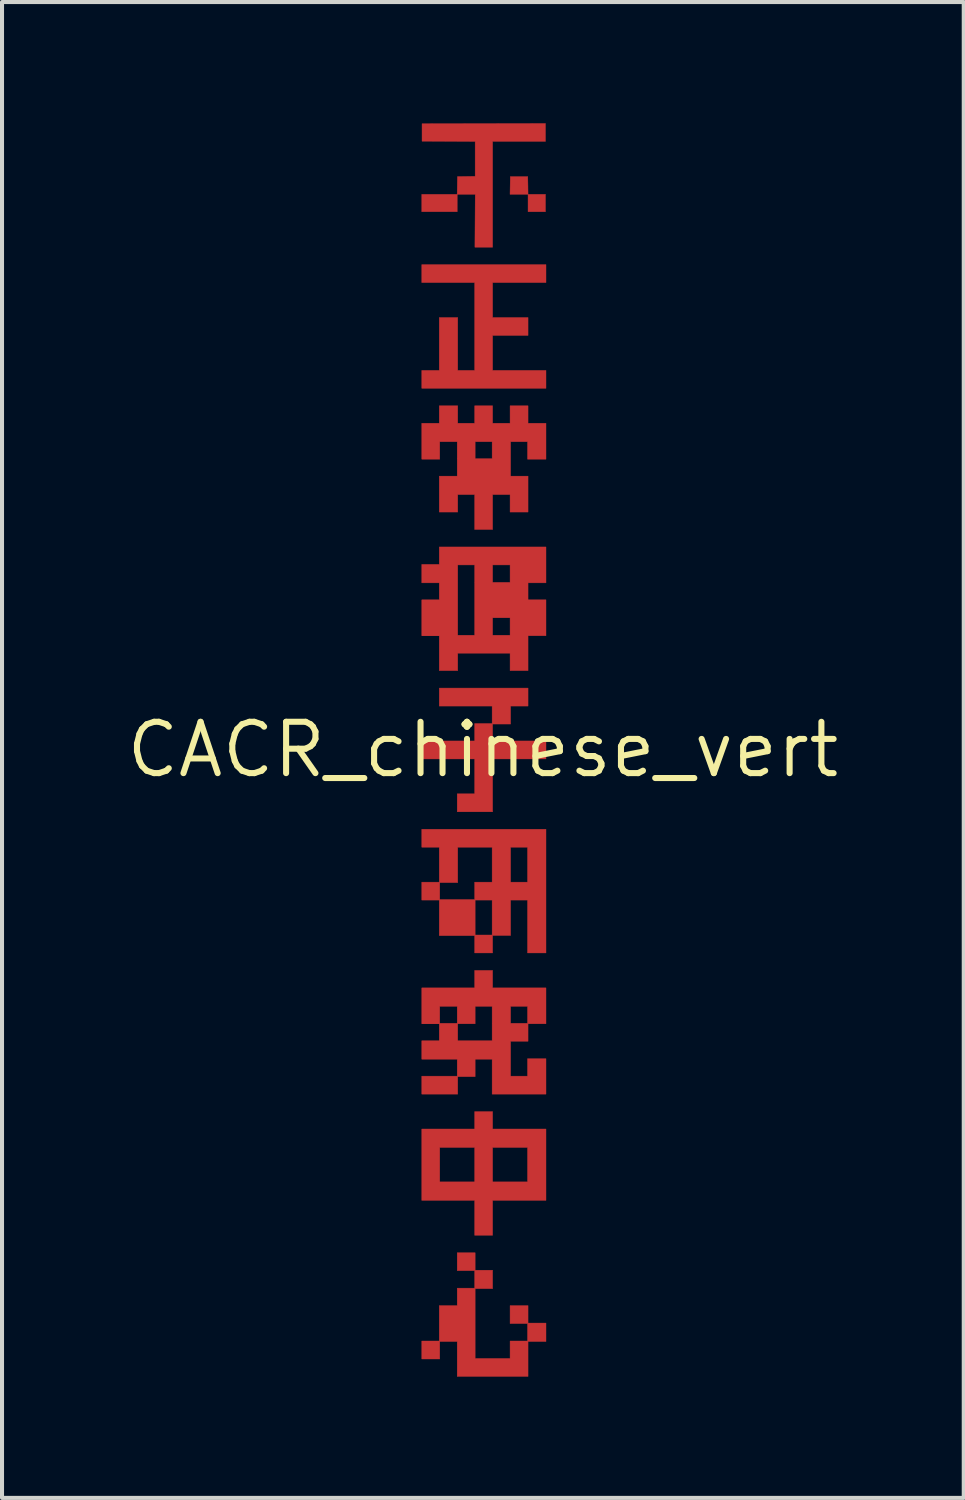
<source format=kicad_pcb>
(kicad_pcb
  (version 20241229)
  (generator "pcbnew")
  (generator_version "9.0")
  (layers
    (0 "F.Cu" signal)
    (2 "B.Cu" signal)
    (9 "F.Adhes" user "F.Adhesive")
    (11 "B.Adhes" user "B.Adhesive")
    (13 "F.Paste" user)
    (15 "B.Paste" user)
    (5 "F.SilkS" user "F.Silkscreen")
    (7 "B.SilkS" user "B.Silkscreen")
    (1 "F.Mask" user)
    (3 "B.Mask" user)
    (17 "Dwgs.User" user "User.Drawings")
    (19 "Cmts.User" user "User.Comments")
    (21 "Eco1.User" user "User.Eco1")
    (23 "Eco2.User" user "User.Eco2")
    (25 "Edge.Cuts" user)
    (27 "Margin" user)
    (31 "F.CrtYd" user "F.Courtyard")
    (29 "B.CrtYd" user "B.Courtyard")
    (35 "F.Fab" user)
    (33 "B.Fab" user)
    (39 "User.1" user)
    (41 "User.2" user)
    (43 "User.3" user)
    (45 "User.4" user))
  (footprint "CACR_chinese_vert"
    (layer "F.Cu")
    (at 8.897 15.499)
    (property "Reference" "CACR_chinese_vert" (at 0 0 0) (layer "F.SilkS") (effects (font (size 1.27 1.27) (thickness 0.15))))
    (attr through_hole)
    (fp_poly (pts (xy 1.115 -13.96) (xy 1.118 -13.741) (xy 1.549 -13.741) (xy 1.549 -13.31) (xy 1.118 -13.31) (xy 1.118 -13.741) (xy 0.672 -13.741) (xy 0.679 -14.18) (xy 1.111 -14.18) (xy 1.115 -13.96)) (stroke (width 0.01) (type solid)) (fill yes) (layer "F.Cu"))
    (fp_poly (pts (xy 1.549 -15.05) (xy 0.241 -15.05) (xy 0.241 -12.433) (xy 0.022 -12.433) (xy -0.197 -12.433) (xy -0.193 -13.087) (xy -0.189 -13.741) (xy -0.635 -13.741) (xy -0.635 -13.31) (xy -1.511 -13.31) (xy -1.511 -13.741) (xy -0.636 -13.741) (xy -0.629 -14.18) (xy -0.191 -14.187) (xy -0.191 -15.049) (xy -1.505 -15.056) (xy -1.505 -15.488) (xy 0.022 -15.491) (xy 1.549 -15.494) (xy 1.549 -15.05)) (stroke (width 0.01) (type solid)) (fill yes) (layer "F.Cu"))
    (fp_poly (pts (xy 1.562 -11.557) (xy 0.241 -11.557) (xy 0.241 -10.693) (xy 1.118 -10.693) (xy 1.118 -10.249) (xy 0.241 -10.249) (xy 0.241 -9.385) (xy 1.562 -9.385) (xy 1.562 -8.941) (xy -1.511 -8.941) (xy -1.511 -9.385) (xy -1.079 -9.385) (xy -1.079 -10.693) (xy -0.622 -10.693) (xy -0.622 -9.385) (xy -0.203 -9.385) (xy -0.203 -11.557) (xy -1.511 -11.557) (xy -1.511 -12.002) (xy 1.562 -12.002) (xy 1.562 -11.557)) (stroke (width 0.01) (type solid)) (fill yes) (layer "F.Cu"))
    (fp_poly (pts (xy 1.118 -1.079) (xy 0.686 -1.079) (xy 0.686 -0.635) (xy 0.241 -0.635) (xy 0.241 -0.216) (xy 1.562 -0.216) (xy 1.562 0.229) (xy 0.241 0.229) (xy 0.241 1.537) (xy -0.635 1.537) (xy -0.635 1.092) (xy -0.203 1.092) (xy -0.203 0.229) (xy -1.511 0.229) (xy -1.511 -0.216) (xy -0.203 -0.216) (xy -0.203 -0.648) (xy 0.229 -0.648) (xy 0.229 -1.079) (xy -1.079 -1.079) (xy -1.079 -1.524) (xy 1.118 -1.524) (xy 1.118 -1.079)) (stroke (width 0.01) (type solid)) (fill yes) (layer "F.Cu"))
    (fp_poly (pts (xy 0.241 9.385) (xy 1.562 9.385) (xy 1.562 11.151) (xy 0.241 11.151) (xy 0.241 12.014) (xy -0.203 12.014) (xy -0.203 11.151) (xy -1.511 11.151) (xy -1.511 9.842) (xy -1.067 9.842) (xy -1.067 10.693) (xy -0.203 10.693) (xy -0.203 9.842) (xy 0.241 9.842) (xy 0.241 10.693) (xy 1.105 10.693) (xy 1.105 9.842) (xy 0.241 9.842) (xy -0.203 9.842) (xy -1.067 9.842) (xy -1.511 9.842) (xy -1.511 9.385) (xy -0.203 9.385) (xy -0.203 8.954) (xy 0.241 8.954) (xy 0.241 9.385)) (stroke (width 0.01) (type solid)) (fill yes) (layer "F.Cu"))
    (fp_poly (pts (xy -0.191 12.878) (xy 0.241 12.878) (xy 0.241 13.335) (xy -0.191 13.335) (xy -0.191 15.062) (xy 0.673 15.062) (xy 0.673 14.63) (xy 1.105 14.63) (xy 1.105 14.199) (xy 0.673 14.199) (xy 0.673 13.754) (xy 1.118 13.754) (xy 1.118 14.186) (xy 1.562 14.186) (xy 1.562 14.643) (xy 1.118 14.643) (xy 1.118 15.507) (xy -0.635 15.507) (xy -0.635 14.643) (xy -1.067 14.643) (xy -1.067 15.075) (xy -1.511 15.075) (xy -1.511 14.63) (xy -1.079 14.63) (xy -1.079 13.754) (xy -0.635 13.754) (xy -0.635 13.322) (xy -0.203 13.322) (xy -0.203 12.89) (xy -0.635 12.89) (xy -0.635 12.446) (xy -0.191 12.446) (xy -0.191 12.878)) (stroke (width 0.01) (type solid)) (fill yes) (layer "F.Cu"))
    (fp_poly (pts (xy 1.562 5.029) (xy 1.105 5.029) (xy 1.105 3.721) (xy 0.686 3.721) (xy 0.686 4.597) (xy 0.241 4.597) (xy 0.241 5.029) (xy -0.203 5.029) (xy -0.203 4.597) (xy -1.079 4.597) (xy -1.079 3.721) (xy -0.191 3.721) (xy -0.191 4.585) (xy 0.229 4.585) (xy 0.229 3.721) (xy -0.191 3.721) (xy -1.079 3.721) (xy -1.511 3.721) (xy -1.511 3.289) (xy -1.067 3.289) (xy -1.067 3.708) (xy -0.203 3.708) (xy -0.203 3.277) (xy 0.229 3.277) (xy 0.229 2.413) (xy 0.686 2.413) (xy 0.686 3.277) (xy 1.105 3.277) (xy 1.105 2.413) (xy 0.686 2.413) (xy 0.229 2.413) (xy -0.622 2.413) (xy -0.622 3.289) (xy -1.067 3.289) (xy -1.511 3.289) (xy -1.511 3.277) (xy -1.079 3.277) (xy -1.079 2.413) (xy -1.511 2.413) (xy -1.511 1.968) (xy 1.562 1.968) (xy 1.562 5.029)) (stroke (width 0.01) (type solid)) (fill yes) (layer "F.Cu"))
    (fp_poly (pts (xy -0.622 -8.077) (xy -0.203 -8.077) (xy -0.203 -8.509) (xy 0.241 -8.509) (xy 0.241 -8.077) (xy 0.673 -8.077) (xy 0.673 -8.509) (xy 1.118 -8.509) (xy 1.118 -8.077) (xy 1.562 -8.077) (xy 1.562 -7.188) (xy 1.105 -7.188) (xy 1.105 -7.62) (xy 0.686 -7.62) (xy 0.686 -6.769) (xy 1.118 -6.769) (xy 1.118 -5.88) (xy 0.673 -5.88) (xy 0.673 -6.312) (xy 0.241 -6.312) (xy 0.241 -5.448) (xy -0.203 -5.448) (xy -0.203 -6.312) (xy -0.622 -6.312) (xy -0.622 -5.88) (xy -1.079 -5.88) (xy -1.079 -6.769) (xy -0.635 -6.769) (xy -0.635 -7.62) (xy -0.191 -7.62) (xy -0.191 -7.201) (xy 0.229 -7.201) (xy 0.229 -7.62) (xy -0.191 -7.62) (xy -0.635 -7.62) (xy -1.067 -7.62) (xy -1.067 -7.188) (xy -1.511 -7.188) (xy -1.511 -8.077) (xy -1.079 -8.077) (xy -1.079 -8.509) (xy -0.622 -8.509) (xy -0.622 -8.077)) (stroke (width 0.01) (type solid)) (fill yes) (layer "F.Cu"))
    (fp_poly (pts (xy 1.562 -4.128) (xy 1.118 -4.128) (xy 1.118 -3.708) (xy 1.562 -3.708) (xy 1.562 -2.819) (xy 1.118 -2.819) (xy 1.118 -1.956) (xy 0.673 -1.956) (xy 0.673 -2.388) (xy -0.622 -2.388) (xy -0.622 -1.956) (xy -1.079 -1.956) (xy -1.079 -2.819) (xy -1.511 -2.819) (xy -1.511 -3.708) (xy -1.079 -3.708) (xy -1.079 -4.128) (xy -1.511 -4.128) (xy -1.511 -4.572) (xy -0.622 -4.572) (xy -0.622 -2.832) (xy -0.203 -2.832) (xy -0.203 -3.264) (xy 0.241 -3.264) (xy 0.241 -2.832) (xy 0.673 -2.832) (xy 0.673 -3.264) (xy 0.241 -3.264) (xy -0.203 -3.264) (xy -0.203 -4.572) (xy 0.241 -4.572) (xy 0.241 -4.14) (xy 0.673 -4.14) (xy 0.673 -4.572) (xy 0.241 -4.572) (xy -0.203 -4.572) (xy -0.622 -4.572) (xy -1.511 -4.572) (xy -1.511 -4.585) (xy -1.079 -4.585) (xy -1.079 -5.016) (xy 1.562 -5.016) (xy 1.562 -4.128)) (stroke (width 0.01) (type solid)) (fill yes) (layer "F.Cu"))
    (fp_poly (pts (xy 0.241 5.893) (xy 1.562 5.893) (xy 1.562 6.782) (xy 1.118 6.782) (xy 1.118 7.214) (xy 0.686 7.214) (xy 0.686 8.077) (xy 1.105 8.077) (xy 1.105 7.645) (xy 1.562 7.645) (xy 1.562 8.522) (xy 0.229 8.522) (xy 0.229 7.658) (xy -0.191 7.658) (xy -0.191 8.09) (xy -0.622 8.09) (xy -0.622 8.522) (xy -1.511 8.522) (xy -1.511 8.077) (xy -0.635 8.077) (xy -0.635 7.658) (xy -1.511 7.658) (xy -1.511 7.201) (xy -1.079 7.201) (xy -1.079 6.782) (xy -0.622 6.782) (xy -0.622 7.201) (xy 0.229 7.201) (xy 0.229 6.35) (xy 0.686 6.35) (xy 0.686 6.769) (xy 1.105 6.769) (xy 1.105 6.35) (xy 0.686 6.35) (xy 0.229 6.35) (xy -0.191 6.35) (xy -0.191 6.782) (xy -0.622 6.782) (xy -1.079 6.782) (xy -1.511 6.782) (xy -1.511 6.35) (xy -1.067 6.35) (xy -1.067 6.769) (xy -0.635 6.769) (xy -0.635 6.35) (xy -1.067 6.35) (xy -1.511 6.35) (xy -1.511 5.893) (xy -0.203 5.893) (xy -0.203 5.461) (xy 0.241 5.461) (xy 0.241 5.893)) (stroke (width 0.01) (type solid)) (fill yes) (layer "F.Cu"))
    (fp_poly (pts (xy 1.115 -13.96) (xy 1.118 -13.741) (xy 1.549 -13.741) (xy 1.549 -13.31) (xy 1.118 -13.31) (xy 1.118 -13.741) (xy 0.672 -13.741) (xy 0.679 -14.18) (xy 1.111 -14.18) (xy 1.115 -13.96)) (stroke (width 0.01) (type solid)) (fill yes) (layer "F.Mask"))
    (fp_poly (pts (xy 1.549 -15.05) (xy 0.241 -15.05) (xy 0.241 -12.433) (xy 0.022 -12.433) (xy -0.197 -12.433) (xy -0.193 -13.087) (xy -0.189 -13.741) (xy -0.635 -13.741) (xy -0.635 -13.31) (xy -1.511 -13.31) (xy -1.511 -13.741) (xy -0.636 -13.741) (xy -0.629 -14.18) (xy -0.191 -14.187) (xy -0.191 -15.049) (xy -1.505 -15.056) (xy -1.505 -15.488) (xy 0.022 -15.491) (xy 1.549 -15.494) (xy 1.549 -15.05)) (stroke (width 0.01) (type solid)) (fill yes) (layer "F.Mask"))
    (fp_poly (pts (xy 1.562 -11.557) (xy 0.241 -11.557) (xy 0.241 -10.693) (xy 1.118 -10.693) (xy 1.118 -10.249) (xy 0.241 -10.249) (xy 0.241 -9.385) (xy 1.562 -9.385) (xy 1.562 -8.941) (xy -1.511 -8.941) (xy -1.511 -9.385) (xy -1.079 -9.385) (xy -1.079 -10.693) (xy -0.622 -10.693) (xy -0.622 -9.385) (xy -0.203 -9.385) (xy -0.203 -11.557) (xy -1.511 -11.557) (xy -1.511 -12.002) (xy 1.562 -12.002) (xy 1.562 -11.557)) (stroke (width 0.01) (type solid)) (fill yes) (layer "F.Mask"))
    (fp_poly (pts (xy 1.118 -1.079) (xy 0.686 -1.079) (xy 0.686 -0.635) (xy 0.241 -0.635) (xy 0.241 -0.216) (xy 1.562 -0.216) (xy 1.562 0.229) (xy 0.241 0.229) (xy 0.241 1.537) (xy -0.635 1.537) (xy -0.635 1.092) (xy -0.203 1.092) (xy -0.203 0.229) (xy -1.511 0.229) (xy -1.511 -0.216) (xy -0.203 -0.216) (xy -0.203 -0.648) (xy 0.229 -0.648) (xy 0.229 -1.079) (xy -1.079 -1.079) (xy -1.079 -1.524) (xy 1.118 -1.524) (xy 1.118 -1.079)) (stroke (width 0.01) (type solid)) (fill yes) (layer "F.Mask"))
    (fp_poly (pts (xy 0.241 9.385) (xy 1.562 9.385) (xy 1.562 11.151) (xy 0.241 11.151) (xy 0.241 12.014) (xy -0.203 12.014) (xy -0.203 11.151) (xy -1.511 11.151) (xy -1.511 9.842) (xy -1.067 9.842) (xy -1.067 10.693) (xy -0.203 10.693) (xy -0.203 9.842) (xy 0.241 9.842) (xy 0.241 10.693) (xy 1.105 10.693) (xy 1.105 9.842) (xy 0.241 9.842) (xy -0.203 9.842) (xy -1.067 9.842) (xy -1.511 9.842) (xy -1.511 9.385) (xy -0.203 9.385) (xy -0.203 8.954) (xy 0.241 8.954) (xy 0.241 9.385)) (stroke (width 0.01) (type solid)) (fill yes) (layer "F.Mask"))
    (fp_poly (pts (xy -0.191 12.878) (xy 0.241 12.878) (xy 0.241 13.335) (xy -0.191 13.335) (xy -0.191 15.062) (xy 0.673 15.062) (xy 0.673 14.63) (xy 1.105 14.63) (xy 1.105 14.199) (xy 0.673 14.199) (xy 0.673 13.754) (xy 1.118 13.754) (xy 1.118 14.186) (xy 1.562 14.186) (xy 1.562 14.643) (xy 1.118 14.643) (xy 1.118 15.507) (xy -0.635 15.507) (xy -0.635 14.643) (xy -1.067 14.643) (xy -1.067 15.075) (xy -1.511 15.075) (xy -1.511 14.63) (xy -1.079 14.63) (xy -1.079 13.754) (xy -0.635 13.754) (xy -0.635 13.322) (xy -0.203 13.322) (xy -0.203 12.89) (xy -0.635 12.89) (xy -0.635 12.446) (xy -0.191 12.446) (xy -0.191 12.878)) (stroke (width 0.01) (type solid)) (fill yes) (layer "F.Mask"))
    (fp_poly (pts (xy 1.562 5.029) (xy 1.105 5.029) (xy 1.105 3.721) (xy 0.686 3.721) (xy 0.686 4.597) (xy 0.241 4.597) (xy 0.241 5.029) (xy -0.203 5.029) (xy -0.203 4.597) (xy -1.079 4.597) (xy -1.079 3.721) (xy -0.191 3.721) (xy -0.191 4.585) (xy 0.229 4.585) (xy 0.229 3.721) (xy -0.191 3.721) (xy -1.079 3.721) (xy -1.511 3.721) (xy -1.511 3.289) (xy -1.067 3.289) (xy -1.067 3.708) (xy -0.203 3.708) (xy -0.203 3.277) (xy 0.229 3.277) (xy 0.229 2.413) (xy 0.686 2.413) (xy 0.686 3.277) (xy 1.105 3.277) (xy 1.105 2.413) (xy 0.686 2.413) (xy 0.229 2.413) (xy -0.622 2.413) (xy -0.622 3.289) (xy -1.067 3.289) (xy -1.511 3.289) (xy -1.511 3.277) (xy -1.079 3.277) (xy -1.079 2.413) (xy -1.511 2.413) (xy -1.511 1.968) (xy 1.562 1.968) (xy 1.562 5.029)) (stroke (width 0.01) (type solid)) (fill yes) (layer "F.Mask"))
    (fp_poly (pts (xy -0.622 -8.077) (xy -0.203 -8.077) (xy -0.203 -8.509) (xy 0.241 -8.509) (xy 0.241 -8.077) (xy 0.673 -8.077) (xy 0.673 -8.509) (xy 1.118 -8.509) (xy 1.118 -8.077) (xy 1.562 -8.077) (xy 1.562 -7.188) (xy 1.105 -7.188) (xy 1.105 -7.62) (xy 0.686 -7.62) (xy 0.686 -6.769) (xy 1.118 -6.769) (xy 1.118 -5.88) (xy 0.673 -5.88) (xy 0.673 -6.312) (xy 0.241 -6.312) (xy 0.241 -5.448) (xy -0.203 -5.448) (xy -0.203 -6.312) (xy -0.622 -6.312) (xy -0.622 -5.88) (xy -1.079 -5.88) (xy -1.079 -6.769) (xy -0.635 -6.769) (xy -0.635 -7.62) (xy -0.191 -7.62) (xy -0.191 -7.201) (xy 0.229 -7.201) (xy 0.229 -7.62) (xy -0.191 -7.62) (xy -0.635 -7.62) (xy -1.067 -7.62) (xy -1.067 -7.188) (xy -1.511 -7.188) (xy -1.511 -8.077) (xy -1.079 -8.077) (xy -1.079 -8.509) (xy -0.622 -8.509) (xy -0.622 -8.077)) (stroke (width 0.01) (type solid)) (fill yes) (layer "F.Mask"))
    (fp_poly (pts (xy 1.562 -4.128) (xy 1.118 -4.128) (xy 1.118 -3.708) (xy 1.562 -3.708) (xy 1.562 -2.819) (xy 1.118 -2.819) (xy 1.118 -1.956) (xy 0.673 -1.956) (xy 0.673 -2.388) (xy -0.622 -2.388) (xy -0.622 -1.956) (xy -1.079 -1.956) (xy -1.079 -2.819) (xy -1.511 -2.819) (xy -1.511 -3.708) (xy -1.079 -3.708) (xy -1.079 -4.128) (xy -1.511 -4.128) (xy -1.511 -4.572) (xy -0.622 -4.572) (xy -0.622 -2.832) (xy -0.203 -2.832) (xy -0.203 -3.264) (xy 0.241 -3.264) (xy 0.241 -2.832) (xy 0.673 -2.832) (xy 0.673 -3.264) (xy 0.241 -3.264) (xy -0.203 -3.264) (xy -0.203 -4.572) (xy 0.241 -4.572) (xy 0.241 -4.14) (xy 0.673 -4.14) (xy 0.673 -4.572) (xy 0.241 -4.572) (xy -0.203 -4.572) (xy -0.622 -4.572) (xy -1.511 -4.572) (xy -1.511 -4.585) (xy -1.079 -4.585) (xy -1.079 -5.016) (xy 1.562 -5.016) (xy 1.562 -4.128)) (stroke (width 0.01) (type solid)) (fill yes) (layer "F.Mask"))
    (fp_poly (pts (xy 0.241 5.893) (xy 1.562 5.893) (xy 1.562 6.782) (xy 1.118 6.782) (xy 1.118 7.214) (xy 0.686 7.214) (xy 0.686 8.077) (xy 1.105 8.077) (xy 1.105 7.645) (xy 1.562 7.645) (xy 1.562 8.522) (xy 0.229 8.522) (xy 0.229 7.658) (xy -0.191 7.658) (xy -0.191 8.09) (xy -0.622 8.09) (xy -0.622 8.522) (xy -1.511 8.522) (xy -1.511 8.077) (xy -0.635 8.077) (xy -0.635 7.658) (xy -1.511 7.658) (xy -1.511 7.201) (xy -1.079 7.201) (xy -1.079 6.782) (xy -0.622 6.782) (xy -0.622 7.201) (xy 0.229 7.201) (xy 0.229 6.35) (xy 0.686 6.35) (xy 0.686 6.769) (xy 1.105 6.769) (xy 1.105 6.35) (xy 0.686 6.35) (xy 0.229 6.35) (xy -0.191 6.35) (xy -0.191 6.782) (xy -0.622 6.782) (xy -1.079 6.782) (xy -1.511 6.782) (xy -1.511 6.35) (xy -1.067 6.35) (xy -1.067 6.769) (xy -0.635 6.769) (xy -0.635 6.35) (xy -1.067 6.35) (xy -1.511 6.35) (xy -1.511 5.893) (xy -0.203 5.893) (xy -0.203 5.461) (xy 0.241 5.461) (xy 0.241 5.893)) (stroke (width 0.01) (type solid)) (fill yes) (layer "F.Mask")))
  (gr_rect
    (start -3 -3)
    (end 20.795 34.011)
    (stroke (width 0.1) (type default))
    (fill no)
    (layer "Edge.Cuts")))
</source>
